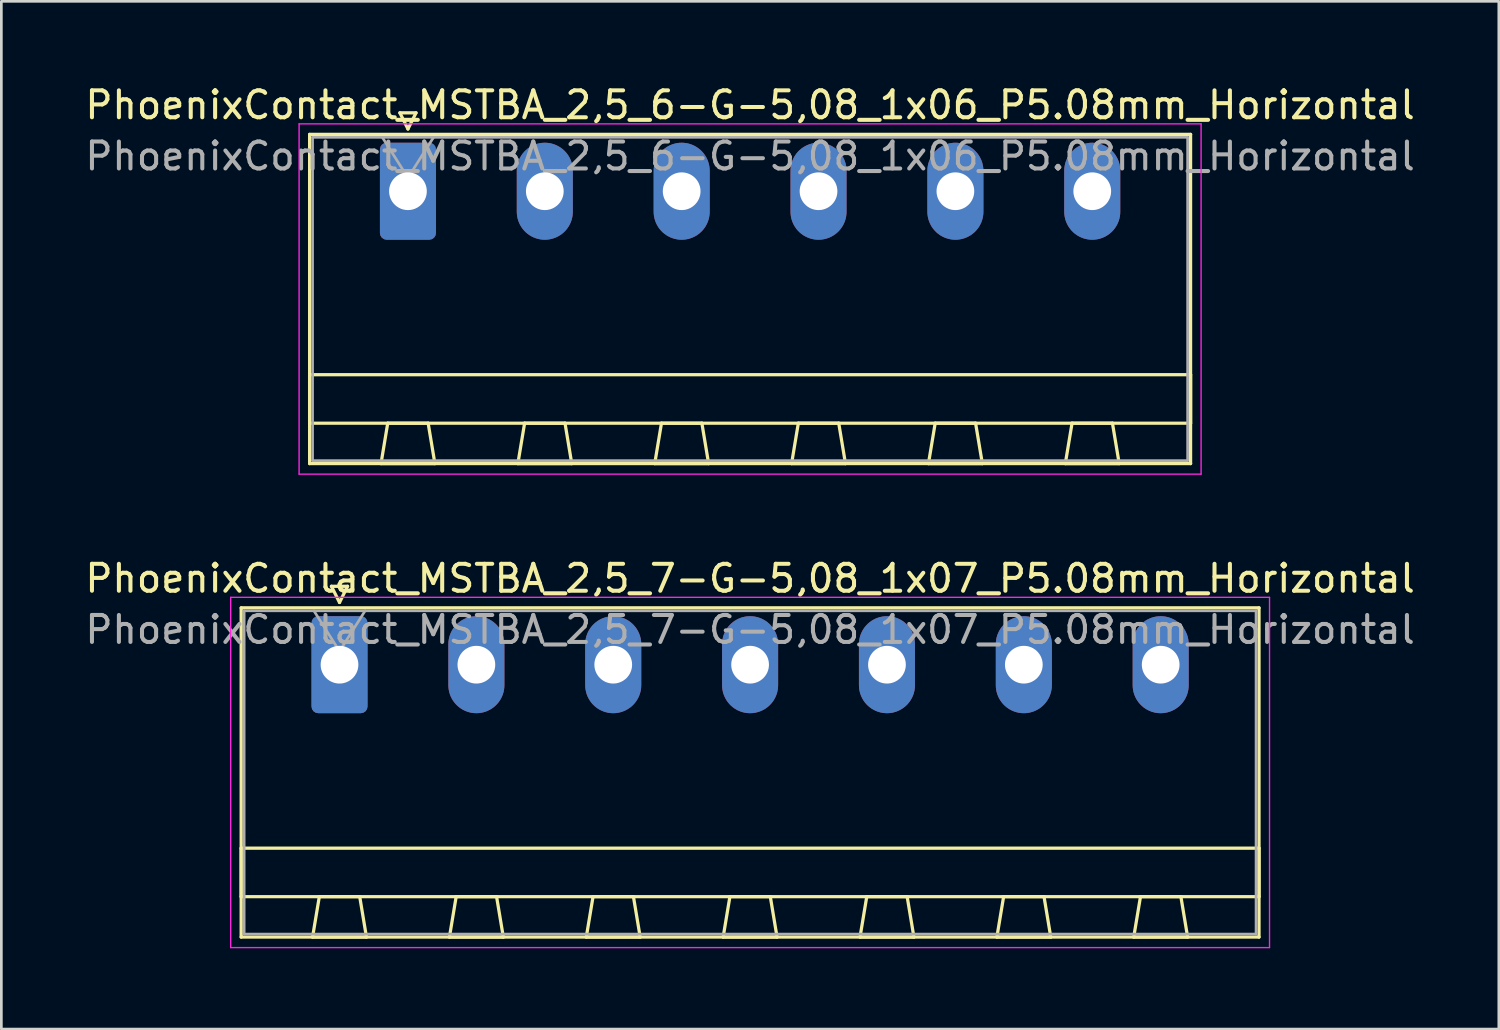
<source format=kicad_pcb>
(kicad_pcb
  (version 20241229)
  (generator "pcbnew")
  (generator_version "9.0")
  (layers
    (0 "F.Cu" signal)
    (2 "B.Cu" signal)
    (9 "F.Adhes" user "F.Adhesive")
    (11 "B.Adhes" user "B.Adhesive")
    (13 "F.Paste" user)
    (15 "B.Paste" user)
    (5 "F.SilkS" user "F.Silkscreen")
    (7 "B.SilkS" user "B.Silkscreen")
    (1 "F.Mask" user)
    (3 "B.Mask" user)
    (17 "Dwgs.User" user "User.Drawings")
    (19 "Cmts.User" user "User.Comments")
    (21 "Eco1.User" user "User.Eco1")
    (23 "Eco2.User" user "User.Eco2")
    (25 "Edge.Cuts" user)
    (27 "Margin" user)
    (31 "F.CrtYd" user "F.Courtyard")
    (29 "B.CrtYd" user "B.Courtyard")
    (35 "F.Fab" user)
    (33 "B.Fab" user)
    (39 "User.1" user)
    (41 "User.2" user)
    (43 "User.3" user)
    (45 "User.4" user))
  (footprint "PhoenixContact_MSTBA_2,5_7-G-5,08_1x07_P5.08mm_Horizontal"
    (layer "F.Cu")
    (at 9.552 21.622)
    (property "Reference" "PhoenixContact_MSTBA_2,5_7-G-5,08_1x07_P5.08mm_Horizontal" (at 15.24 -3.2 0) (layer "F.SilkS") (effects (font (size 1 1) (thickness 0.15))))
    (attr through_hole)
    (fp_line (start -3.65 -2.11) (end -3.65 10.11) (stroke (width 0.12) (type solid)) (layer "F.SilkS"))
    (fp_line (start -3.65 6.81) (end 34.13 6.81) (stroke (width 0.12) (type solid)) (layer "F.SilkS"))
    (fp_line (start -3.65 8.61) (end -3.65 6.81) (stroke (width 0.12) (type solid)) (layer "F.SilkS"))
    (fp_line (start -3.65 10.11) (end 34.13 10.11) (stroke (width 0.12) (type solid)) (layer "F.SilkS"))
    (fp_line (start -1 10.11) (end 1 10.11) (stroke (width 0.12) (type solid)) (layer "F.SilkS"))
    (fp_line (start -0.75 8.61) (end -1 10.11) (stroke (width 0.12) (type solid)) (layer "F.SilkS"))
    (fp_line (start -0.3 -2.91) (end 0.3 -2.91) (stroke (width 0.12) (type solid)) (layer "F.SilkS"))
    (fp_line (start 0 -2.31) (end -0.3 -2.91) (stroke (width 0.12) (type solid)) (layer "F.SilkS"))
    (fp_line (start 0.3 -2.91) (end 0 -2.31) (stroke (width 0.12) (type solid)) (layer "F.SilkS"))
    (fp_line (start 0.75 8.61) (end -0.75 8.61) (stroke (width 0.12) (type solid)) (layer "F.SilkS"))
    (fp_line (start 1 10.11) (end 0.75 8.61) (stroke (width 0.12) (type solid)) (layer "F.SilkS"))
    (fp_line (start 4.08 10.11) (end 6.08 10.11) (stroke (width 0.12) (type solid)) (layer "F.SilkS"))
    (fp_line (start 4.33 8.61) (end 4.08 10.11) (stroke (width 0.12) (type solid)) (layer "F.SilkS"))
    (fp_line (start 5.83 8.61) (end 4.33 8.61) (stroke (width 0.12) (type solid)) (layer "F.SilkS"))
    (fp_line (start 6.08 10.11) (end 5.83 8.61) (stroke (width 0.12) (type solid)) (layer "F.SilkS"))
    (fp_line (start 9.16 10.11) (end 11.16 10.11) (stroke (width 0.12) (type solid)) (layer "F.SilkS"))
    (fp_line (start 9.41 8.61) (end 9.16 10.11) (stroke (width 0.12) (type solid)) (layer "F.SilkS"))
    (fp_line (start 10.91 8.61) (end 9.41 8.61) (stroke (width 0.12) (type solid)) (layer "F.SilkS"))
    (fp_line (start 11.16 10.11) (end 10.91 8.61) (stroke (width 0.12) (type solid)) (layer "F.SilkS"))
    (fp_line (start 14.24 10.11) (end 16.24 10.11) (stroke (width 0.12) (type solid)) (layer "F.SilkS"))
    (fp_line (start 14.49 8.61) (end 14.24 10.11) (stroke (width 0.12) (type solid)) (layer "F.SilkS"))
    (fp_line (start 15.99 8.61) (end 14.49 8.61) (stroke (width 0.12) (type solid)) (layer "F.SilkS"))
    (fp_line (start 16.24 10.11) (end 15.99 8.61) (stroke (width 0.12) (type solid)) (layer "F.SilkS"))
    (fp_line (start 19.32 10.11) (end 21.32 10.11) (stroke (width 0.12) (type solid)) (layer "F.SilkS"))
    (fp_line (start 19.57 8.61) (end 19.32 10.11) (stroke (width 0.12) (type solid)) (layer "F.SilkS"))
    (fp_line (start 21.07 8.61) (end 19.57 8.61) (stroke (width 0.12) (type solid)) (layer "F.SilkS"))
    (fp_line (start 21.32 10.11) (end 21.07 8.61) (stroke (width 0.12) (type solid)) (layer "F.SilkS"))
    (fp_line (start 24.4 10.11) (end 26.4 10.11) (stroke (width 0.12) (type solid)) (layer "F.SilkS"))
    (fp_line (start 24.65 8.61) (end 24.4 10.11) (stroke (width 0.12) (type solid)) (layer "F.SilkS"))
    (fp_line (start 26.15 8.61) (end 24.65 8.61) (stroke (width 0.12) (type solid)) (layer "F.SilkS"))
    (fp_line (start 26.4 10.11) (end 26.15 8.61) (stroke (width 0.12) (type solid)) (layer "F.SilkS"))
    (fp_line (start 29.48 10.11) (end 31.48 10.11) (stroke (width 0.12) (type solid)) (layer "F.SilkS"))
    (fp_line (start 29.73 8.61) (end 29.48 10.11) (stroke (width 0.12) (type solid)) (layer "F.SilkS"))
    (fp_line (start 31.23 8.61) (end 29.73 8.61) (stroke (width 0.12) (type solid)) (layer "F.SilkS"))
    (fp_line (start 31.48 10.11) (end 31.23 8.61) (stroke (width 0.12) (type solid)) (layer "F.SilkS"))
    (fp_line (start 34.13 -2.11) (end -3.65 -2.11) (stroke (width 0.12) (type solid)) (layer "F.SilkS"))
    (fp_line (start 34.13 6.81) (end 34.13 8.61) (stroke (width 0.12) (type solid)) (layer "F.SilkS"))
    (fp_line (start 34.13 8.61) (end -3.65 8.61) (stroke (width 0.12) (type solid)) (layer "F.SilkS"))
    (fp_line (start 34.13 10.11) (end 34.13 -2.11) (stroke (width 0.12) (type solid)) (layer "F.SilkS"))
    (fp_line (start -4.04 -2.5) (end -4.04 10.5) (stroke (width 0.05) (type solid)) (layer "F.CrtYd"))
    (fp_line (start -4.04 10.5) (end 34.52 10.5) (stroke (width 0.05) (type solid)) (layer "F.CrtYd"))
    (fp_line (start 34.52 -2.5) (end -4.04 -2.5) (stroke (width 0.05) (type solid)) (layer "F.CrtYd"))
    (fp_line (start 34.52 10.5) (end 34.52 -2.5) (stroke (width 0.05) (type solid)) (layer "F.CrtYd"))
    (fp_line (start -3.54 -2) (end -3.54 10) (stroke (width 0.1) (type solid)) (layer "F.Fab"))
    (fp_line (start -3.54 10) (end 34.02 10) (stroke (width 0.1) (type solid)) (layer "F.Fab"))
    (fp_line (start 0 -0.5) (end -0.95 -2) (stroke (width 0.1) (type solid)) (layer "F.Fab"))
    (fp_line (start 0.95 -2) (end 0 -0.5) (stroke (width 0.1) (type solid)) (layer "F.Fab"))
    (fp_line (start 34.02 -2) (end -3.54 -2) (stroke (width 0.1) (type solid)) (layer "F.Fab"))
    (fp_line (start 34.02 10) (end 34.02 -2) (stroke (width 0.1) (type solid)) (layer "F.Fab"))
    (fp_text user "${REFERENCE}" (at 15.24 -1.3 0) (layer "F.Fab") (effects (font (size 1 1) (thickness 0.15))))
    (pad "1" thru_hole roundrect (at 0 0) (size 2.08 3.6) (drill 1.4) (layers "*.Cu" "*.Mask") (roundrect_rratio 0.12))
    (pad "2" thru_hole oval (at 5.08 0) (size 2.08 3.6) (drill 1.4) (layers "*.Cu" "*.Mask"))
    (pad "3" thru_hole oval (at 10.16 0) (size 2.08 3.6) (drill 1.4) (layers "*.Cu" "*.Mask"))
    (pad "4" thru_hole oval (at 15.24 0) (size 2.08 3.6) (drill 1.4) (layers "*.Cu" "*.Mask"))
    (pad "5" thru_hole oval (at 20.32 0) (size 2.08 3.6) (drill 1.4) (layers "*.Cu" "*.Mask"))
    (pad "6" thru_hole oval (at 25.4 0) (size 2.08 3.6) (drill 1.4) (layers "*.Cu" "*.Mask"))
    (pad "7" thru_hole oval (at 30.48 0) (size 2.08 3.6) (drill 1.4) (layers "*.Cu" "*.Mask")))
  (footprint "PhoenixContact_MSTBA_2,5_6-G-5,08_1x06_P5.08mm_Horizontal"
    (layer "F.Cu")
    (at 12.092 4.048)
    (property "Reference" "PhoenixContact_MSTBA_2,5_6-G-5,08_1x06_P5.08mm_Horizontal" (at 12.7 -3.2 0) (layer "F.SilkS") (effects (font (size 1 1) (thickness 0.15))))
    (attr through_hole)
    (fp_line (start -3.65 -2.11) (end -3.65 10.11) (stroke (width 0.12) (type solid)) (layer "F.SilkS"))
    (fp_line (start -3.65 6.81) (end 29.05 6.81) (stroke (width 0.12) (type solid)) (layer "F.SilkS"))
    (fp_line (start -3.65 8.61) (end -3.65 6.81) (stroke (width 0.12) (type solid)) (layer "F.SilkS"))
    (fp_line (start -3.65 10.11) (end 29.05 10.11) (stroke (width 0.12) (type solid)) (layer "F.SilkS"))
    (fp_line (start -1 10.11) (end 1 10.11) (stroke (width 0.12) (type solid)) (layer "F.SilkS"))
    (fp_line (start -0.75 8.61) (end -1 10.11) (stroke (width 0.12) (type solid)) (layer "F.SilkS"))
    (fp_line (start -0.3 -2.91) (end 0.3 -2.91) (stroke (width 0.12) (type solid)) (layer "F.SilkS"))
    (fp_line (start 0 -2.31) (end -0.3 -2.91) (stroke (width 0.12) (type solid)) (layer "F.SilkS"))
    (fp_line (start 0.3 -2.91) (end 0 -2.31) (stroke (width 0.12) (type solid)) (layer "F.SilkS"))
    (fp_line (start 0.75 8.61) (end -0.75 8.61) (stroke (width 0.12) (type solid)) (layer "F.SilkS"))
    (fp_line (start 1 10.11) (end 0.75 8.61) (stroke (width 0.12) (type solid)) (layer "F.SilkS"))
    (fp_line (start 4.08 10.11) (end 6.08 10.11) (stroke (width 0.12) (type solid)) (layer "F.SilkS"))
    (fp_line (start 4.33 8.61) (end 4.08 10.11) (stroke (width 0.12) (type solid)) (layer "F.SilkS"))
    (fp_line (start 5.83 8.61) (end 4.33 8.61) (stroke (width 0.12) (type solid)) (layer "F.SilkS"))
    (fp_line (start 6.08 10.11) (end 5.83 8.61) (stroke (width 0.12) (type solid)) (layer "F.SilkS"))
    (fp_line (start 9.16 10.11) (end 11.16 10.11) (stroke (width 0.12) (type solid)) (layer "F.SilkS"))
    (fp_line (start 9.41 8.61) (end 9.16 10.11) (stroke (width 0.12) (type solid)) (layer "F.SilkS"))
    (fp_line (start 10.91 8.61) (end 9.41 8.61) (stroke (width 0.12) (type solid)) (layer "F.SilkS"))
    (fp_line (start 11.16 10.11) (end 10.91 8.61) (stroke (width 0.12) (type solid)) (layer "F.SilkS"))
    (fp_line (start 14.24 10.11) (end 16.24 10.11) (stroke (width 0.12) (type solid)) (layer "F.SilkS"))
    (fp_line (start 14.49 8.61) (end 14.24 10.11) (stroke (width 0.12) (type solid)) (layer "F.SilkS"))
    (fp_line (start 15.99 8.61) (end 14.49 8.61) (stroke (width 0.12) (type solid)) (layer "F.SilkS"))
    (fp_line (start 16.24 10.11) (end 15.99 8.61) (stroke (width 0.12) (type solid)) (layer "F.SilkS"))
    (fp_line (start 19.32 10.11) (end 21.32 10.11) (stroke (width 0.12) (type solid)) (layer "F.SilkS"))
    (fp_line (start 19.57 8.61) (end 19.32 10.11) (stroke (width 0.12) (type solid)) (layer "F.SilkS"))
    (fp_line (start 21.07 8.61) (end 19.57 8.61) (stroke (width 0.12) (type solid)) (layer "F.SilkS"))
    (fp_line (start 21.32 10.11) (end 21.07 8.61) (stroke (width 0.12) (type solid)) (layer "F.SilkS"))
    (fp_line (start 24.4 10.11) (end 26.4 10.11) (stroke (width 0.12) (type solid)) (layer "F.SilkS"))
    (fp_line (start 24.65 8.61) (end 24.4 10.11) (stroke (width 0.12) (type solid)) (layer "F.SilkS"))
    (fp_line (start 26.15 8.61) (end 24.65 8.61) (stroke (width 0.12) (type solid)) (layer "F.SilkS"))
    (fp_line (start 26.4 10.11) (end 26.15 8.61) (stroke (width 0.12) (type solid)) (layer "F.SilkS"))
    (fp_line (start 29.05 -2.11) (end -3.65 -2.11) (stroke (width 0.12) (type solid)) (layer "F.SilkS"))
    (fp_line (start 29.05 6.81) (end 29.05 8.61) (stroke (width 0.12) (type solid)) (layer "F.SilkS"))
    (fp_line (start 29.05 8.61) (end -3.65 8.61) (stroke (width 0.12) (type solid)) (layer "F.SilkS"))
    (fp_line (start 29.05 10.11) (end 29.05 -2.11) (stroke (width 0.12) (type solid)) (layer "F.SilkS"))
    (fp_line (start -4.04 -2.5) (end -4.04 10.5) (stroke (width 0.05) (type solid)) (layer "F.CrtYd"))
    (fp_line (start -4.04 10.5) (end 29.44 10.5) (stroke (width 0.05) (type solid)) (layer "F.CrtYd"))
    (fp_line (start 29.44 -2.5) (end -4.04 -2.5) (stroke (width 0.05) (type solid)) (layer "F.CrtYd"))
    (fp_line (start 29.44 10.5) (end 29.44 -2.5) (stroke (width 0.05) (type solid)) (layer "F.CrtYd"))
    (fp_line (start -3.54 -2) (end -3.54 10) (stroke (width 0.1) (type solid)) (layer "F.Fab"))
    (fp_line (start -3.54 10) (end 28.94 10) (stroke (width 0.1) (type solid)) (layer "F.Fab"))
    (fp_line (start 0 -0.5) (end -0.95 -2) (stroke (width 0.1) (type solid)) (layer "F.Fab"))
    (fp_line (start 0.95 -2) (end 0 -0.5) (stroke (width 0.1) (type solid)) (layer "F.Fab"))
    (fp_line (start 28.94 -2) (end -3.54 -2) (stroke (width 0.1) (type solid)) (layer "F.Fab"))
    (fp_line (start 28.94 10) (end 28.94 -2) (stroke (width 0.1) (type solid)) (layer "F.Fab"))
    (fp_text user "${REFERENCE}" (at 12.7 -1.3 0) (layer "F.Fab") (effects (font (size 1 1) (thickness 0.15))))
    (pad "1" thru_hole roundrect (at 0 0) (size 2.08 3.6) (drill 1.4) (layers "*.Cu" "*.Mask") (roundrect_rratio 0.12))
    (pad "2" thru_hole oval (at 5.08 0) (size 2.08 3.6) (drill 1.4) (layers "*.Cu" "*.Mask"))
    (pad "3" thru_hole oval (at 10.16 0) (size 2.08 3.6) (drill 1.4) (layers "*.Cu" "*.Mask"))
    (pad "4" thru_hole oval (at 15.24 0) (size 2.08 3.6) (drill 1.4) (layers "*.Cu" "*.Mask"))
    (pad "5" thru_hole oval (at 20.32 0) (size 2.08 3.6) (drill 1.4) (layers "*.Cu" "*.Mask"))
    (pad "6" thru_hole oval (at 25.4 0) (size 2.08 3.6) (drill 1.4) (layers "*.Cu" "*.Mask")))
  (gr_rect
    (start -3 -3)
    (end 52.583 35.147)
    (stroke (width 0.1) (type default))
    (fill no)
    (layer "Edge.Cuts")))
</source>
